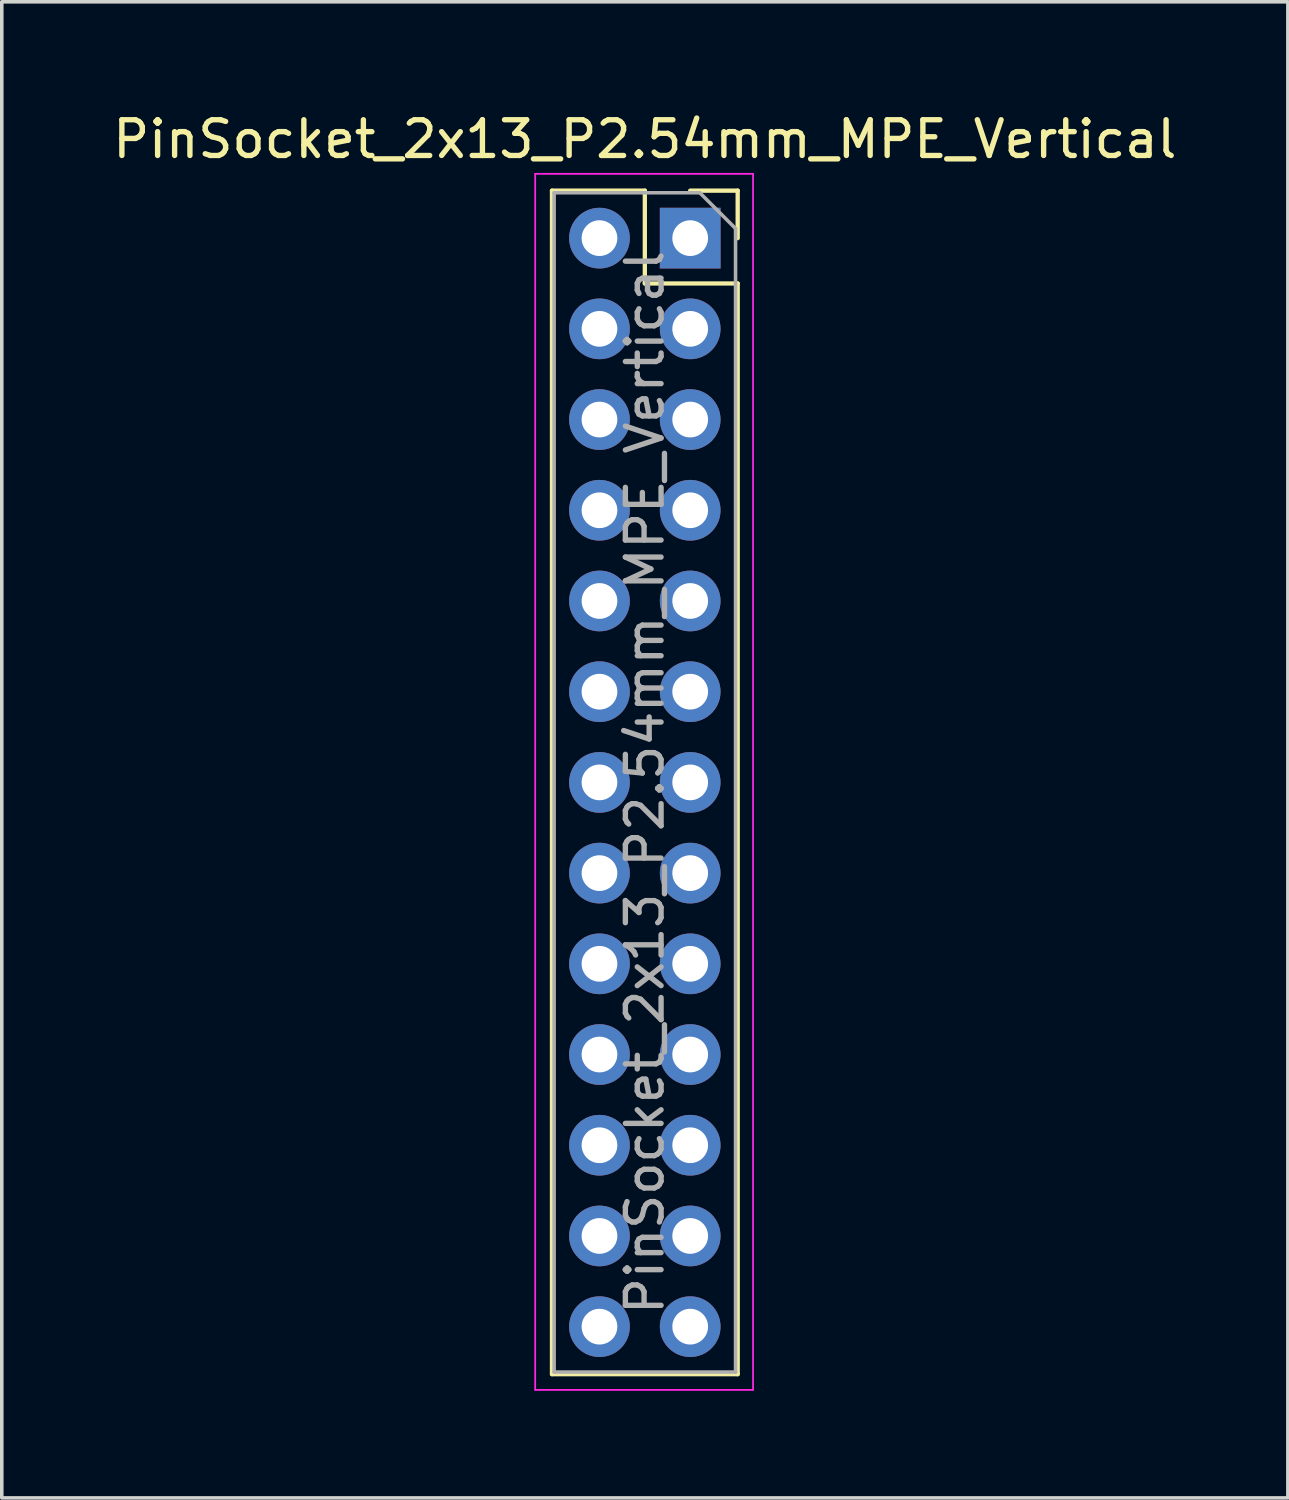
<source format=kicad_pcb>
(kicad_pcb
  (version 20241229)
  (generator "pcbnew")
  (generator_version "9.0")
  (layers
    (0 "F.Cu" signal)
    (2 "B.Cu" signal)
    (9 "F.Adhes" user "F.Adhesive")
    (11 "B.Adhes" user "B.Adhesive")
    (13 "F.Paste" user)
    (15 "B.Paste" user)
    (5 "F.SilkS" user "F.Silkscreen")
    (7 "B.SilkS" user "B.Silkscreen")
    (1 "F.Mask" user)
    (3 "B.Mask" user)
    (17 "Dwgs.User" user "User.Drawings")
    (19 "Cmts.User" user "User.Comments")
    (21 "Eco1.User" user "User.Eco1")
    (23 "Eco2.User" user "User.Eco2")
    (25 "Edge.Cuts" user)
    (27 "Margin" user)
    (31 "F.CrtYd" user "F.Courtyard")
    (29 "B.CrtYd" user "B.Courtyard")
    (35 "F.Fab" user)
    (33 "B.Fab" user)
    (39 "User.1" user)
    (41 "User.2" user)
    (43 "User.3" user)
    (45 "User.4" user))
  (footprint "PinSocket_2x13_P2.54mm_MPE_Vertical"
    (layer "F.Cu")
    (at 16.276 3.618)
    (property "Reference" "PinSocket_2x13_P2.54mm_MPE_Vertical" (at -1.27 -2.77 0) (layer "F.SilkS") (effects (font (size 1 1) (thickness 0.15))))
    (attr through_hole)
    (fp_line (start -3.87 -1.33) (end -3.87 31.81) (stroke (width 0.12) (type solid)) (layer "F.SilkS"))
    (fp_line (start -3.87 -1.33) (end -1.27 -1.33) (stroke (width 0.12) (type solid)) (layer "F.SilkS"))
    (fp_line (start -3.87 31.81) (end 1.33 31.81) (stroke (width 0.12) (type solid)) (layer "F.SilkS"))
    (fp_line (start -1.27 -1.33) (end -1.27 1.27) (stroke (width 0.12) (type solid)) (layer "F.SilkS"))
    (fp_line (start -1.27 1.27) (end 1.33 1.27) (stroke (width 0.12) (type solid)) (layer "F.SilkS"))
    (fp_line (start 0 -1.33) (end 1.33 -1.33) (stroke (width 0.12) (type solid)) (layer "F.SilkS"))
    (fp_line (start 1.33 -1.33) (end 1.33 0) (stroke (width 0.12) (type solid)) (layer "F.SilkS"))
    (fp_line (start 1.33 1.27) (end 1.33 31.81) (stroke (width 0.12) (type solid)) (layer "F.SilkS"))
    (fp_line (start -4.34 -1.8) (end 1.76 -1.8) (stroke (width 0.05) (type solid)) (layer "F.CrtYd"))
    (fp_line (start -4.34 32.25) (end -4.34 -1.8) (stroke (width 0.05) (type solid)) (layer "F.CrtYd"))
    (fp_line (start 1.76 -1.8) (end 1.76 32.25) (stroke (width 0.05) (type solid)) (layer "F.CrtYd"))
    (fp_line (start 1.76 32.25) (end -4.34 32.25) (stroke (width 0.05) (type solid)) (layer "F.CrtYd"))
    (fp_line (start -3.81 -1.27) (end 0.27 -1.27) (stroke (width 0.1) (type solid)) (layer "F.Fab"))
    (fp_line (start -3.81 31.75) (end -3.81 -1.27) (stroke (width 0.1) (type solid)) (layer "F.Fab"))
    (fp_line (start 0.27 -1.27) (end 1.27 -0.27) (stroke (width 0.1) (type solid)) (layer "F.Fab"))
    (fp_line (start 1.27 -0.27) (end 1.27 31.75) (stroke (width 0.1) (type solid)) (layer "F.Fab"))
    (fp_line (start 1.27 31.75) (end -3.81 31.75) (stroke (width 0.1) (type solid)) (layer "F.Fab"))
    (fp_text user "${REFERENCE}" (at -1.27 15.24 90) (layer "F.Fab") (effects (font (size 1 1) (thickness 0.15))))
    (pad "1" thru_hole rect (at 0 0) (size 1.7 1.7) (drill 1) (layers "*.Cu" "*.Mask"))
    (pad "2" thru_hole oval (at -2.54 0) (size 1.7 1.7) (drill 1) (layers "*.Cu" "*.Mask"))
    (pad "3" thru_hole oval (at 0 2.54) (size 1.7 1.7) (drill 1) (layers "*.Cu" "*.Mask"))
    (pad "4" thru_hole oval (at -2.54 2.54) (size 1.7 1.7) (drill 1) (layers "*.Cu" "*.Mask"))
    (pad "5" thru_hole oval (at 0 5.08) (size 1.7 1.7) (drill 1) (layers "*.Cu" "*.Mask"))
    (pad "6" thru_hole oval (at -2.54 5.08) (size 1.7 1.7) (drill 1) (layers "*.Cu" "*.Mask"))
    (pad "7" thru_hole oval (at 0 7.62) (size 1.7 1.7) (drill 1) (layers "*.Cu" "*.Mask"))
    (pad "8" thru_hole oval (at -2.54 7.62) (size 1.7 1.7) (drill 1) (layers "*.Cu" "*.Mask"))
    (pad "9" thru_hole oval (at 0 10.16) (size 1.7 1.7) (drill 1) (layers "*.Cu" "*.Mask"))
    (pad "10" thru_hole oval (at -2.54 10.16) (size 1.7 1.7) (drill 1) (layers "*.Cu" "*.Mask"))
    (pad "11" thru_hole oval (at 0 12.7) (size 1.7 1.7) (drill 1) (layers "*.Cu" "*.Mask"))
    (pad "12" thru_hole oval (at -2.54 12.7) (size 1.7 1.7) (drill 1) (layers "*.Cu" "*.Mask"))
    (pad "13" thru_hole oval (at 0 15.24) (size 1.7 1.7) (drill 1) (layers "*.Cu" "*.Mask"))
    (pad "14" thru_hole oval (at -2.54 15.24) (size 1.7 1.7) (drill 1) (layers "*.Cu" "*.Mask"))
    (pad "15" thru_hole oval (at 0 17.78) (size 1.7 1.7) (drill 1) (layers "*.Cu" "*.Mask"))
    (pad "16" thru_hole oval (at -2.54 17.78) (size 1.7 1.7) (drill 1) (layers "*.Cu" "*.Mask"))
    (pad "17" thru_hole oval (at 0 20.32) (size 1.7 1.7) (drill 1) (layers "*.Cu" "*.Mask"))
    (pad "18" thru_hole oval (at -2.54 20.32) (size 1.7 1.7) (drill 1) (layers "*.Cu" "*.Mask"))
    (pad "19" thru_hole oval (at 0 22.86) (size 1.7 1.7) (drill 1) (layers "*.Cu" "*.Mask"))
    (pad "20" thru_hole oval (at -2.54 22.86) (size 1.7 1.7) (drill 1) (layers "*.Cu" "*.Mask"))
    (pad "21" thru_hole oval (at 0 25.4) (size 1.7 1.7) (drill 1) (layers "*.Cu" "*.Mask"))
    (pad "22" thru_hole oval (at -2.54 25.4) (size 1.7 1.7) (drill 1) (layers "*.Cu" "*.Mask"))
    (pad "23" thru_hole oval (at 0 27.94) (size 1.7 1.7) (drill 1) (layers "*.Cu" "*.Mask"))
    (pad "24" thru_hole oval (at -2.54 27.94) (size 1.7 1.7) (drill 1) (layers "*.Cu" "*.Mask"))
    (pad "25" thru_hole oval (at 0 30.48) (size 1.7 1.7) (drill 1) (layers "*.Cu" "*.Mask"))
    (pad "26" thru_hole oval (at -2.54 30.48) (size 1.7 1.7) (drill 1) (layers "*.Cu" "*.Mask")))
  (gr_rect
    (start -3 -3)
    (end 33.012 38.893)
    (stroke (width 0.1) (type default))
    (fill no)
    (layer "Edge.Cuts")))
</source>
